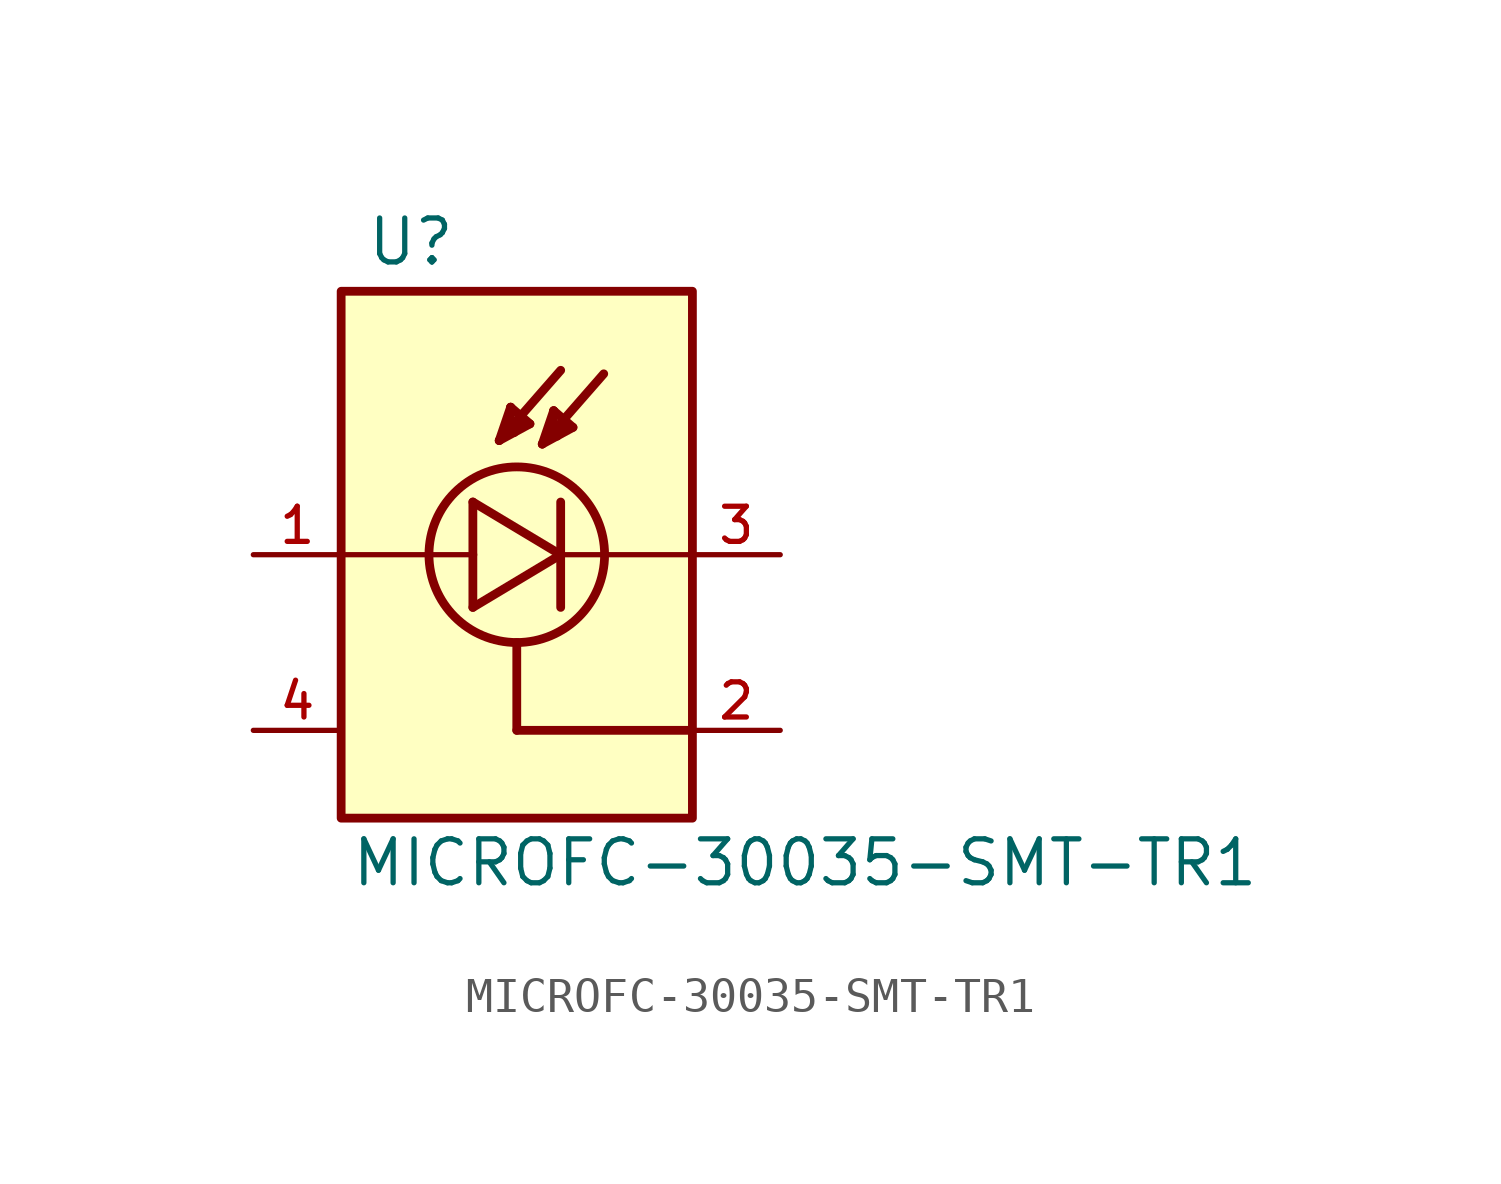
<source format=kicad_sym>
(kicad_symbol_lib
  (version 20211014)
  (generator kicad_symbol_editor)
  (symbol "MICROFC-30035-SMT-TR1"
    (pin_names
      (offset 1.016))
    (property "Reference" "U"
      (at -4.369 10.846 0)
      (effects (font (size 1.27 1.27)) (justify bottom left)))
    (property "Value" "MICROFC-30035-SMT-TR1"
      (at -4.826 -7.112 0)
      (effects (font (size 1.27 1.27)) (justify bottom left)))
    (symbol "MICROFC-30035-SMT-TR1_0_0"
      (polyline (pts (xy -1.27 4.064) (xy -1.27 2.54)) (stroke (width 0.254)))
      (polyline (pts (xy -1.27 2.54) (xy -1.27 1.016)) (stroke (width 0.254)))
      (polyline (pts (xy -1.27 1.016) (xy 1.27 2.54)) (stroke (width 0.254)))
      (polyline (pts (xy 1.27 2.54) (xy -1.27 4.064)) (stroke (width 0.254)))
      (polyline (pts (xy 1.27 4.064) (xy 1.27 2.54)) (stroke (width 0.254)))
      (polyline (pts (xy 1.27 2.54) (xy 1.27 1.016)) (stroke (width 0.254)))
      (polyline (pts (xy -1.27 2.54) (xy -5.08 2.54)) (stroke (width 0.152)))
      (polyline (pts (xy -0.508 5.842) (xy 1.27 7.874)) (stroke (width 0.254)))
      (polyline (pts (xy -0.178 6.807) (xy 0.381 6.325)) (stroke (width 0.254)))
      (polyline (pts (xy 0.381 6.325) (xy -0.508 5.842)) (stroke (width 0.254)))
      (polyline (pts (xy -0.508 5.842) (xy -0.178 6.807)) (stroke (width 0.254)))
      (polyline (pts (xy -0.178 6.807) (xy -0.203 6.071)) (stroke (width 0.254)))
      (polyline (pts (xy -0.203 6.071) (xy -0.076 6.071)) (stroke (width 0.254)))
      (polyline (pts (xy 0.203 6.401) (xy -0.025 6.248)) (stroke (width 0.254)))
      (polyline (pts (xy 0.737 5.74) (xy 2.515 7.772)) (stroke (width 0.254)))
      (polyline (pts (xy 1.067 6.706) (xy 1.626 6.223)) (stroke (width 0.254)))
      (polyline (pts (xy 1.626 6.223) (xy 0.737 5.74)) (stroke (width 0.254)))
      (polyline (pts (xy 0.737 5.74) (xy 1.067 6.706)) (stroke (width 0.254)))
      (polyline (pts (xy 1.067 6.706) (xy 1.041 5.969)) (stroke (width 0.254)))
      (polyline (pts (xy 1.041 5.969) (xy 1.168 5.969)) (stroke (width 0.254)))
      (polyline (pts (xy 1.448 6.299) (xy 1.219 6.147)) (stroke (width 0.254)))
      (circle (center 0.0 2.54) (radius 2.54) (stroke (width 0.254)) (fill (type none)))
      (polyline (pts (xy 5.08 2.54) (xy 1.27 2.54)) (stroke (width 0.152)))
      (polyline (pts (xy 0.0 0.0) (xy 0.0 -2.54)) (stroke (width 0.254)))
      (polyline (pts (xy 0.0 -2.54) (xy 5.08 -2.54)) (stroke (width 0.254)))
      (rectangle (start -5.08 -5.08) (end 5.08 10.16) (stroke (width 0.254)) (fill (type background)))
      (pin passive line (at 7.62 2.54 180.0) (length 2.54) (name "~" (effects (font (size 1.016 1.016)))) (number "3" (effects (font (size 1.016 1.016)))))
      (pin passive line (at -7.62 2.54 0) (length 2.54) (name "~" (effects (font (size 1.016 1.016)))) (number "1" (effects (font (size 1.016 1.016)))))
      (pin output line (at 7.62 -2.54 180.0) (length 2.54) (name "~" (effects (font (size 1.016 1.016)))) (number "2" (effects (font (size 1.016 1.016)))))
      (pin passive line (at -7.62 -2.54 0) (length 2.54) (name "~" (effects (font (size 1.016 1.016)))) (number "4" (effects (font (size 1.016 1.016))))))))
</source>
